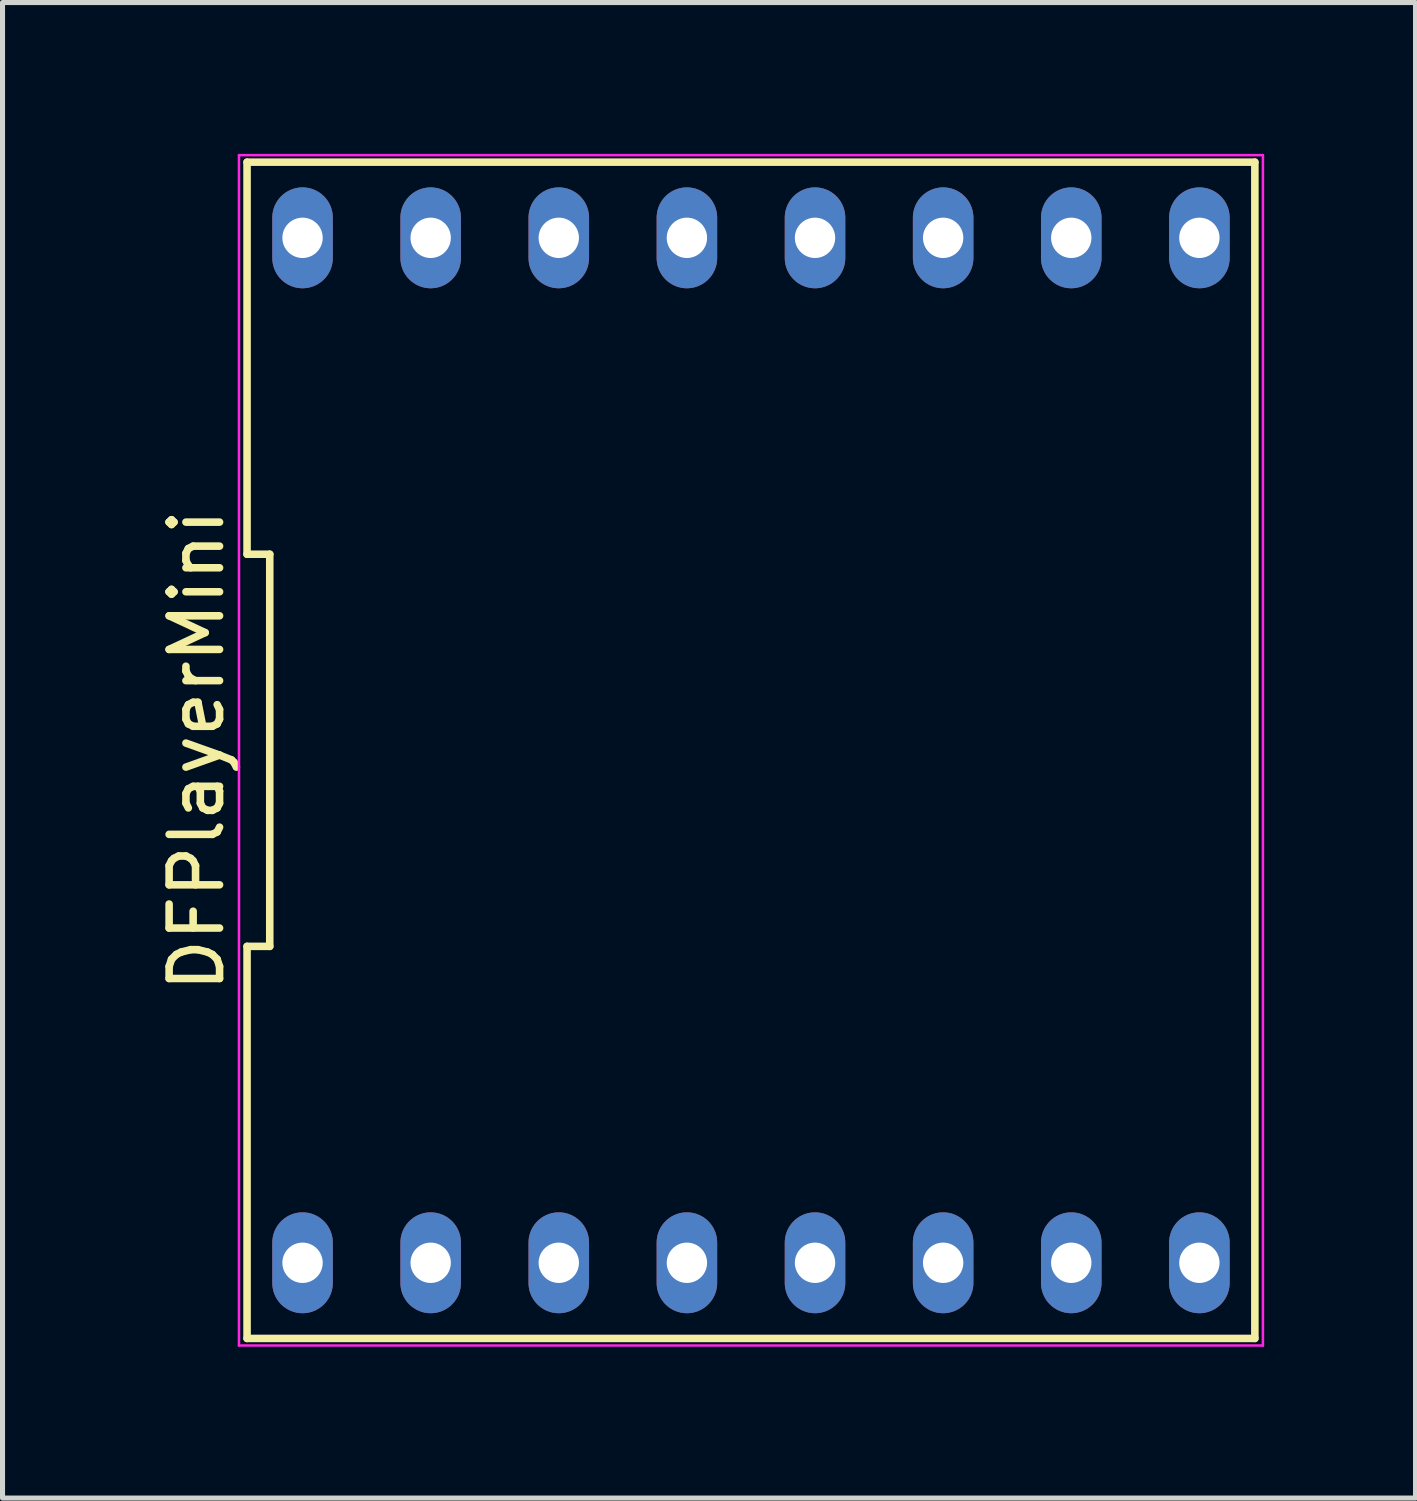
<source format=kicad_pcb>
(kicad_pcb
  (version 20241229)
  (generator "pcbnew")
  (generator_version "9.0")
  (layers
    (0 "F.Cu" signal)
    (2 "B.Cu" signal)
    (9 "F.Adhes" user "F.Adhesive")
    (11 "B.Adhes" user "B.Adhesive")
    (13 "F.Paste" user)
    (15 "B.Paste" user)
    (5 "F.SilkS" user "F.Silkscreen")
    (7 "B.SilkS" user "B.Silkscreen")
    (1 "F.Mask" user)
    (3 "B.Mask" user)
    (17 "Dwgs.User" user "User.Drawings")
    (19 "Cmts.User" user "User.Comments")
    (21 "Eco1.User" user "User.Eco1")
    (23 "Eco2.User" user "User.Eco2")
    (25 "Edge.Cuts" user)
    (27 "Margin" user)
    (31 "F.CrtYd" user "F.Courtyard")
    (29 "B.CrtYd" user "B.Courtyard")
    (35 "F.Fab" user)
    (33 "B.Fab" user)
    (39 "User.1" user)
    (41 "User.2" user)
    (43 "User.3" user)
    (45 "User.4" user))
  (footprint "DFPlayerMini"
    (layer "F.Cu")
    (at 11.838 11.825)
    (property "Reference" "DFPlayerMini" (at -10.99 0 90) (layer "F.SilkS") (effects (font (size 1 1) (thickness 0.15))))
    (attr through_hole)
    (fp_line (start -9.99 -11.66) (end -9.99 -3.887) (stroke (width 0.15) (type solid)) (layer "F.SilkS"))
    (fp_line (start -9.99 -3.887) (end -9.54 -3.887) (stroke (width 0.15) (type solid)) (layer "F.SilkS"))
    (fp_line (start -9.99 3.887) (end -9.99 11.66) (stroke (width 0.15) (type solid)) (layer "F.SilkS"))
    (fp_line (start -9.99 11.66) (end 9.99 11.66) (stroke (width 0.15) (type solid)) (layer "F.SilkS"))
    (fp_line (start -9.54 -3.887) (end -9.54 3.887) (stroke (width 0.15) (type solid)) (layer "F.SilkS"))
    (fp_line (start -9.54 3.887) (end -9.99 3.887) (stroke (width 0.15) (type solid)) (layer "F.SilkS"))
    (fp_line (start 9.99 -11.66) (end -9.99 -11.66) (stroke (width 0.15) (type solid)) (layer "F.SilkS"))
    (fp_line (start 9.99 11.66) (end 9.99 -11.66) (stroke (width 0.15) (type solid)) (layer "F.SilkS"))
    (fp_line (start -10.15 -11.8) (end 10.15 -11.8) (stroke (width 0.05) (type solid)) (layer "F.CrtYd"))
    (fp_line (start -10.15 11.8) (end -10.15 -11.8) (stroke (width 0.05) (type solid)) (layer "F.CrtYd"))
    (fp_line (start 10.15 -11.8) (end 10.15 11.8) (stroke (width 0.05) (type solid)) (layer "F.CrtYd"))
    (fp_line (start 10.15 11.8) (end -10.15 11.8) (stroke (width 0.05) (type solid)) (layer "F.CrtYd"))
    (pad "1" thru_hole oval (at -8.89 10.16) (size 1.2 2) (drill 0.8) (layers "*.Cu" "*.Mask"))
    (pad "2" thru_hole oval (at -6.35 10.16) (size 1.2 2) (drill 0.8) (layers "*.Cu" "*.Mask"))
    (pad "3" thru_hole oval (at -3.81 10.16) (size 1.2 2) (drill 0.8) (layers "*.Cu" "*.Mask"))
    (pad "4" thru_hole oval (at -1.27 10.16) (size 1.2 2) (drill 0.8) (layers "*.Cu" "*.Mask"))
    (pad "5" thru_hole oval (at 1.27 10.16) (size 1.2 2) (drill 0.8) (layers "*.Cu" "*.Mask"))
    (pad "6" thru_hole oval (at 3.81 10.16) (size 1.2 2) (drill 0.8) (layers "*.Cu" "*.Mask"))
    (pad "7" thru_hole oval (at 6.35 10.16) (size 1.2 2) (drill 0.8) (layers "*.Cu" "*.Mask"))
    (pad "8" thru_hole oval (at 8.89 10.16) (size 1.2 2) (drill 0.8) (layers "*.Cu" "*.Mask"))
    (pad "9" thru_hole oval (at 8.89 -10.16) (size 1.2 2) (drill 0.8) (layers "*.Cu" "*.Mask"))
    (pad "10" thru_hole oval (at 6.35 -10.16) (size 1.2 2) (drill 0.8) (layers "*.Cu" "*.Mask"))
    (pad "11" thru_hole oval (at 3.81 -10.16) (size 1.2 2) (drill 0.8) (layers "*.Cu" "*.Mask"))
    (pad "12" thru_hole oval (at 1.27 -10.16) (size 1.2 2) (drill 0.8) (layers "*.Cu" "*.Mask"))
    (pad "13" thru_hole oval (at -1.27 -10.16) (size 1.2 2) (drill 0.8) (layers "*.Cu" "*.Mask"))
    (pad "14" thru_hole oval (at -3.81 -10.16) (size 1.2 2) (drill 0.8) (layers "*.Cu" "*.Mask"))
    (pad "15" thru_hole oval (at -6.35 -10.16) (size 1.2 2) (drill 0.8) (layers "*.Cu" "*.Mask"))
    (pad "16" thru_hole oval (at -8.89 -10.16) (size 1.2 2) (drill 0.8) (layers "*.Cu" "*.Mask")))
  (gr_rect
    (start -3 -3)
    (end 25.013 26.65)
    (stroke (width 0.1) (type default))
    (fill no)
    (layer "Edge.Cuts")))
</source>
